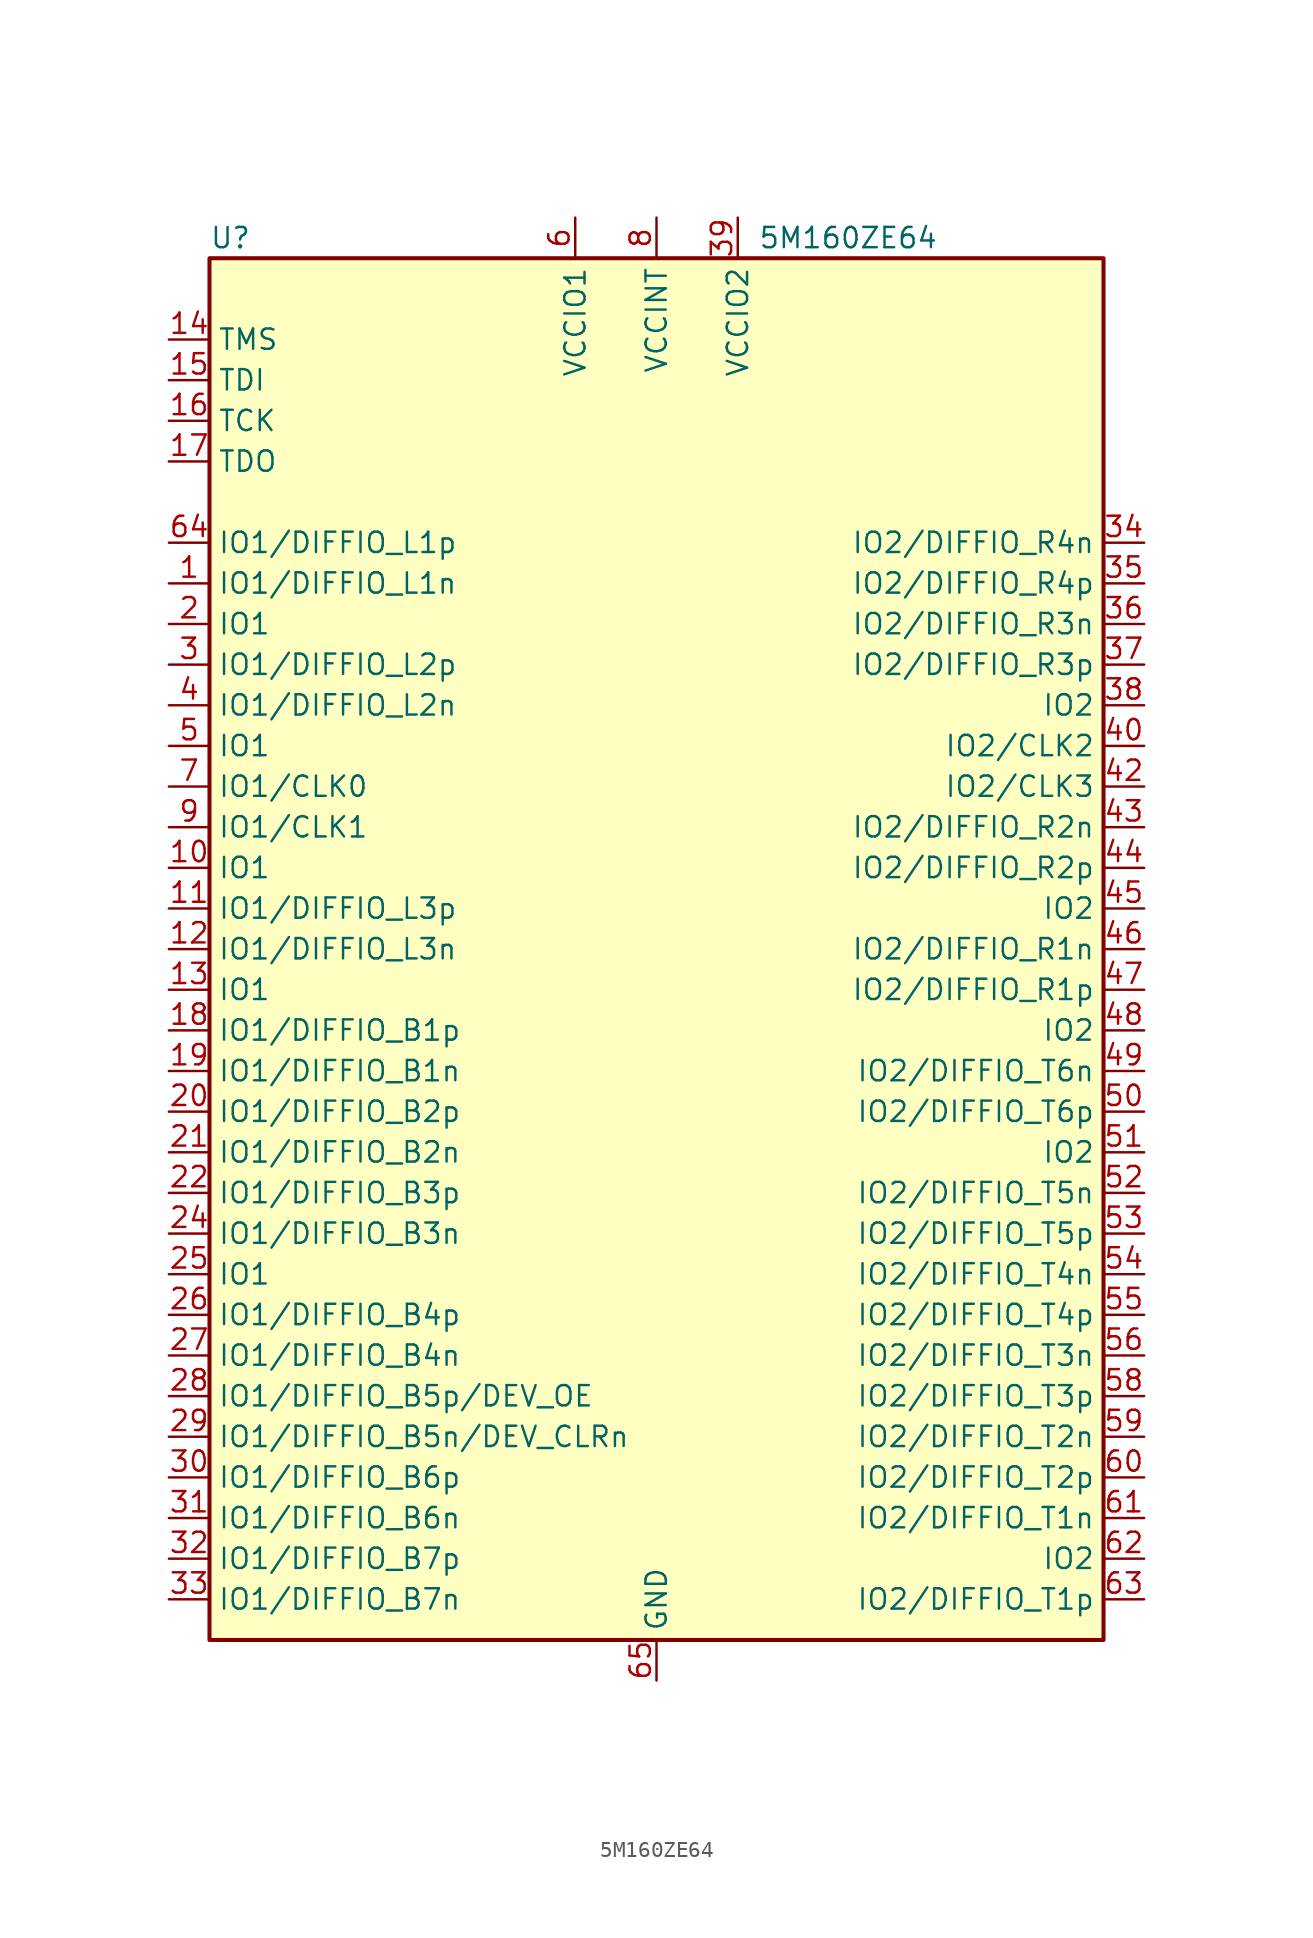
<source format=kicad_sym>
(kicad_symbol_lib
  (version 20220914)
  (generator kicad_symbol_editor)
  (symbol "5M160ZE64"
    (property "Reference" "U"
      (at -27.94 44.45 0)
      (effects (font (size 1.27 1.27)) (justify left)))
    (property "Value" "5M160ZE64"
      (at 6.35 44.45 0)
      (effects (font (size 1.27 1.27)) (justify left)))
    (symbol "5M160ZE64_1_1"
      (rectangle (start -27.94 43.18) (end 27.94 -43.18) (stroke (width 0.254) (type default)) (fill (type background)))
      (pin bidirectional line (at -30.48 22.86 0) (length 2.54) (name "IO1/DIFFIO_L1n" (effects (font (size 1.27 1.27)))) (number "1" (effects (font (size 1.27 1.27)))))
      (pin bidirectional line (at -30.48 5.08 0) (length 2.54) (name "IO1" (effects (font (size 1.27 1.27)))) (number "10" (effects (font (size 1.27 1.27)))))
      (pin bidirectional line (at -30.48 2.54 0) (length 2.54) (name "IO1/DIFFIO_L3p" (effects (font (size 1.27 1.27)))) (number "11" (effects (font (size 1.27 1.27)))))
      (pin bidirectional line (at -30.48 0 0) (length 2.54) (name "IO1/DIFFIO_L3n" (effects (font (size 1.27 1.27)))) (number "12" (effects (font (size 1.27 1.27)))))
      (pin bidirectional line (at -30.48 -2.54 0) (length 2.54) (name "IO1" (effects (font (size 1.27 1.27)))) (number "13" (effects (font (size 1.27 1.27)))))
      (pin input line (at -30.48 38.1 0) (length 2.54) (name "TMS" (effects (font (size 1.27 1.27)))) (number "14" (effects (font (size 1.27 1.27)))))
      (pin input line (at -30.48 35.56 0) (length 2.54) (name "TDI" (effects (font (size 1.27 1.27)))) (number "15" (effects (font (size 1.27 1.27)))))
      (pin input line (at -30.48 33.02 0) (length 2.54) (name "TCK" (effects (font (size 1.27 1.27)))) (number "16" (effects (font (size 1.27 1.27)))))
      (pin output line (at -30.48 30.48 0) (length 2.54) (name "TDO" (effects (font (size 1.27 1.27)))) (number "17" (effects (font (size 1.27 1.27)))))
      (pin bidirectional line (at -30.48 -5.08 0) (length 2.54) (name "IO1/DIFFIO_B1p" (effects (font (size 1.27 1.27)))) (number "18" (effects (font (size 1.27 1.27)))))
      (pin bidirectional line (at -30.48 -7.62 0) (length 2.54) (name "IO1/DIFFIO_B1n" (effects (font (size 1.27 1.27)))) (number "19" (effects (font (size 1.27 1.27)))))
      (pin bidirectional line (at -30.48 20.32 0) (length 2.54) (name "IO1" (effects (font (size 1.27 1.27)))) (number "2" (effects (font (size 1.27 1.27)))))
      (pin bidirectional line (at -30.48 -10.16 0) (length 2.54) (name "IO1/DIFFIO_B2p" (effects (font (size 1.27 1.27)))) (number "20" (effects (font (size 1.27 1.27)))))
      (pin bidirectional line (at -30.48 -12.7 0) (length 2.54) (name "IO1/DIFFIO_B2n" (effects (font (size 1.27 1.27)))) (number "21" (effects (font (size 1.27 1.27)))))
      (pin bidirectional line (at -30.48 -15.24 0) (length 2.54) (name "IO1/DIFFIO_B3p" (effects (font (size 1.27 1.27)))) (number "22" (effects (font (size 1.27 1.27)))))
      (pin passive line (at -5.08 45.72 270) (length 2.54) hide (name "VCCIO1" (effects (font (size 1.27 1.27)))) (number "23" (effects (font (size 1.27 1.27)))))
      (pin bidirectional line (at -30.48 -17.78 0) (length 2.54) (name "IO1/DIFFIO_B3n" (effects (font (size 1.27 1.27)))) (number "24" (effects (font (size 1.27 1.27)))))
      (pin bidirectional line (at -30.48 -20.32 0) (length 2.54) (name "IO1" (effects (font (size 1.27 1.27)))) (number "25" (effects (font (size 1.27 1.27)))))
      (pin bidirectional line (at -30.48 -22.86 0) (length 2.54) (name "IO1/DIFFIO_B4p" (effects (font (size 1.27 1.27)))) (number "26" (effects (font (size 1.27 1.27)))))
      (pin bidirectional line (at -30.48 -25.4 0) (length 2.54) (name "IO1/DIFFIO_B4n" (effects (font (size 1.27 1.27)))) (number "27" (effects (font (size 1.27 1.27)))))
      (pin bidirectional line (at -30.48 -27.94 0) (length 2.54) (name "IO1/DIFFIO_B5p/DEV_OE" (effects (font (size 1.27 1.27)))) (number "28" (effects (font (size 1.27 1.27)))))
      (pin bidirectional line (at -30.48 -30.48 0) (length 2.54) (name "IO1/DIFFIO_B5n/DEV_CLRn" (effects (font (size 1.27 1.27)))) (number "29" (effects (font (size 1.27 1.27)))))
      (pin bidirectional line (at -30.48 17.78 0) (length 2.54) (name "IO1/DIFFIO_L2p" (effects (font (size 1.27 1.27)))) (number "3" (effects (font (size 1.27 1.27)))))
      (pin bidirectional line (at -30.48 -33.02 0) (length 2.54) (name "IO1/DIFFIO_B6p" (effects (font (size 1.27 1.27)))) (number "30" (effects (font (size 1.27 1.27)))))
      (pin bidirectional line (at -30.48 -35.56 0) (length 2.54) (name "IO1/DIFFIO_B6n" (effects (font (size 1.27 1.27)))) (number "31" (effects (font (size 1.27 1.27)))))
      (pin bidirectional line (at -30.48 -38.1 0) (length 2.54) (name "IO1/DIFFIO_B7p" (effects (font (size 1.27 1.27)))) (number "32" (effects (font (size 1.27 1.27)))))
      (pin bidirectional line (at -30.48 -40.64 0) (length 2.54) (name "IO1/DIFFIO_B7n" (effects (font (size 1.27 1.27)))) (number "33" (effects (font (size 1.27 1.27)))))
      (pin bidirectional line (at 30.48 25.4 180) (length 2.54) (name "IO2/DIFFIO_R4n" (effects (font (size 1.27 1.27)))) (number "34" (effects (font (size 1.27 1.27)))))
      (pin bidirectional line (at 30.48 22.86 180) (length 2.54) (name "IO2/DIFFIO_R4p" (effects (font (size 1.27 1.27)))) (number "35" (effects (font (size 1.27 1.27)))))
      (pin bidirectional line (at 30.48 20.32 180) (length 2.54) (name "IO2/DIFFIO_R3n" (effects (font (size 1.27 1.27)))) (number "36" (effects (font (size 1.27 1.27)))))
      (pin bidirectional line (at 30.48 17.78 180) (length 2.54) (name "IO2/DIFFIO_R3p" (effects (font (size 1.27 1.27)))) (number "37" (effects (font (size 1.27 1.27)))))
      (pin bidirectional line (at 30.48 15.24 180) (length 2.54) (name "IO2" (effects (font (size 1.27 1.27)))) (number "38" (effects (font (size 1.27 1.27)))))
      (pin power_in line (at 5.08 45.72 270) (length 2.54) (name "VCCIO2" (effects (font (size 1.27 1.27)))) (number "39" (effects (font (size 1.27 1.27)))))
      (pin bidirectional line (at -30.48 15.24 0) (length 2.54) (name "IO1/DIFFIO_L2n" (effects (font (size 1.27 1.27)))) (number "4" (effects (font (size 1.27 1.27)))))
      (pin bidirectional line (at 30.48 12.7 180) (length 2.54) (name "IO2/CLK2" (effects (font (size 1.27 1.27)))) (number "40" (effects (font (size 1.27 1.27)))))
      (pin passive line (at 0 45.72 270) (length 2.54) hide (name "VCCINT" (effects (font (size 1.27 1.27)))) (number "41" (effects (font (size 1.27 1.27)))))
      (pin bidirectional line (at 30.48 10.16 180) (length 2.54) (name "IO2/CLK3" (effects (font (size 1.27 1.27)))) (number "42" (effects (font (size 1.27 1.27)))))
      (pin bidirectional line (at 30.48 7.62 180) (length 2.54) (name "IO2/DIFFIO_R2n" (effects (font (size 1.27 1.27)))) (number "43" (effects (font (size 1.27 1.27)))))
      (pin bidirectional line (at 30.48 5.08 180) (length 2.54) (name "IO2/DIFFIO_R2p" (effects (font (size 1.27 1.27)))) (number "44" (effects (font (size 1.27 1.27)))))
      (pin bidirectional line (at 30.48 2.54 180) (length 2.54) (name "IO2" (effects (font (size 1.27 1.27)))) (number "45" (effects (font (size 1.27 1.27)))))
      (pin bidirectional line (at 30.48 0 180) (length 2.54) (name "IO2/DIFFIO_R1n" (effects (font (size 1.27 1.27)))) (number "46" (effects (font (size 1.27 1.27)))))
      (pin bidirectional line (at 30.48 -2.54 180) (length 2.54) (name "IO2/DIFFIO_R1p" (effects (font (size 1.27 1.27)))) (number "47" (effects (font (size 1.27 1.27)))))
      (pin bidirectional line (at 30.48 -5.08 180) (length 2.54) (name "IO2" (effects (font (size 1.27 1.27)))) (number "48" (effects (font (size 1.27 1.27)))))
      (pin bidirectional line (at 30.48 -7.62 180) (length 2.54) (name "IO2/DIFFIO_T6n" (effects (font (size 1.27 1.27)))) (number "49" (effects (font (size 1.27 1.27)))))
      (pin bidirectional line (at -30.48 12.7 0) (length 2.54) (name "IO1" (effects (font (size 1.27 1.27)))) (number "5" (effects (font (size 1.27 1.27)))))
      (pin bidirectional line (at 30.48 -10.16 180) (length 2.54) (name "IO2/DIFFIO_T6p" (effects (font (size 1.27 1.27)))) (number "50" (effects (font (size 1.27 1.27)))))
      (pin bidirectional line (at 30.48 -12.7 180) (length 2.54) (name "IO2" (effects (font (size 1.27 1.27)))) (number "51" (effects (font (size 1.27 1.27)))))
      (pin bidirectional line (at 30.48 -15.24 180) (length 2.54) (name "IO2/DIFFIO_T5n" (effects (font (size 1.27 1.27)))) (number "52" (effects (font (size 1.27 1.27)))))
      (pin bidirectional line (at 30.48 -17.78 180) (length 2.54) (name "IO2/DIFFIO_T5p" (effects (font (size 1.27 1.27)))) (number "53" (effects (font (size 1.27 1.27)))))
      (pin bidirectional line (at 30.48 -20.32 180) (length 2.54) (name "IO2/DIFFIO_T4n" (effects (font (size 1.27 1.27)))) (number "54" (effects (font (size 1.27 1.27)))))
      (pin bidirectional line (at 30.48 -22.86 180) (length 2.54) (name "IO2/DIFFIO_T4p" (effects (font (size 1.27 1.27)))) (number "55" (effects (font (size 1.27 1.27)))))
      (pin bidirectional line (at 30.48 -25.4 180) (length 2.54) (name "IO2/DIFFIO_T3n" (effects (font (size 1.27 1.27)))) (number "56" (effects (font (size 1.27 1.27)))))
      (pin passive line (at 5.08 45.72 270) (length 2.54) hide (name "VCCIO2" (effects (font (size 1.27 1.27)))) (number "57" (effects (font (size 1.27 1.27)))))
      (pin bidirectional line (at 30.48 -27.94 180) (length 2.54) (name "IO2/DIFFIO_T3p" (effects (font (size 1.27 1.27)))) (number "58" (effects (font (size 1.27 1.27)))))
      (pin bidirectional line (at 30.48 -30.48 180) (length 2.54) (name "IO2/DIFFIO_T2n" (effects (font (size 1.27 1.27)))) (number "59" (effects (font (size 1.27 1.27)))))
      (pin power_in line (at -5.08 45.72 270) (length 2.54) (name "VCCIO1" (effects (font (size 1.27 1.27)))) (number "6" (effects (font (size 1.27 1.27)))))
      (pin bidirectional line (at 30.48 -33.02 180) (length 2.54) (name "IO2/DIFFIO_T2p" (effects (font (size 1.27 1.27)))) (number "60" (effects (font (size 1.27 1.27)))))
      (pin bidirectional line (at 30.48 -35.56 180) (length 2.54) (name "IO2/DIFFIO_T1n" (effects (font (size 1.27 1.27)))) (number "61" (effects (font (size 1.27 1.27)))))
      (pin bidirectional line (at 30.48 -38.1 180) (length 2.54) (name "IO2" (effects (font (size 1.27 1.27)))) (number "62" (effects (font (size 1.27 1.27)))))
      (pin bidirectional line (at 30.48 -40.64 180) (length 2.54) (name "IO2/DIFFIO_T1p" (effects (font (size 1.27 1.27)))) (number "63" (effects (font (size 1.27 1.27)))))
      (pin bidirectional line (at -30.48 25.4 0) (length 2.54) (name "IO1/DIFFIO_L1p" (effects (font (size 1.27 1.27)))) (number "64" (effects (font (size 1.27 1.27)))))
      (pin power_in line (at 0 -45.72 90) (length 2.54) (name "GND" (effects (font (size 1.27 1.27)))) (number "65" (effects (font (size 1.27 1.27)))))
      (pin bidirectional line (at -30.48 10.16 0) (length 2.54) (name "IO1/CLK0" (effects (font (size 1.27 1.27)))) (number "7" (effects (font (size 1.27 1.27)))))
      (pin power_in line (at 0 45.72 270) (length 2.54) (name "VCCINT" (effects (font (size 1.27 1.27)))) (number "8" (effects (font (size 1.27 1.27)))))
      (pin bidirectional line (at -30.48 7.62 0) (length 2.54) (name "IO1/CLK1" (effects (font (size 1.27 1.27)))) (number "9" (effects (font (size 1.27 1.27))))))))
</source>
